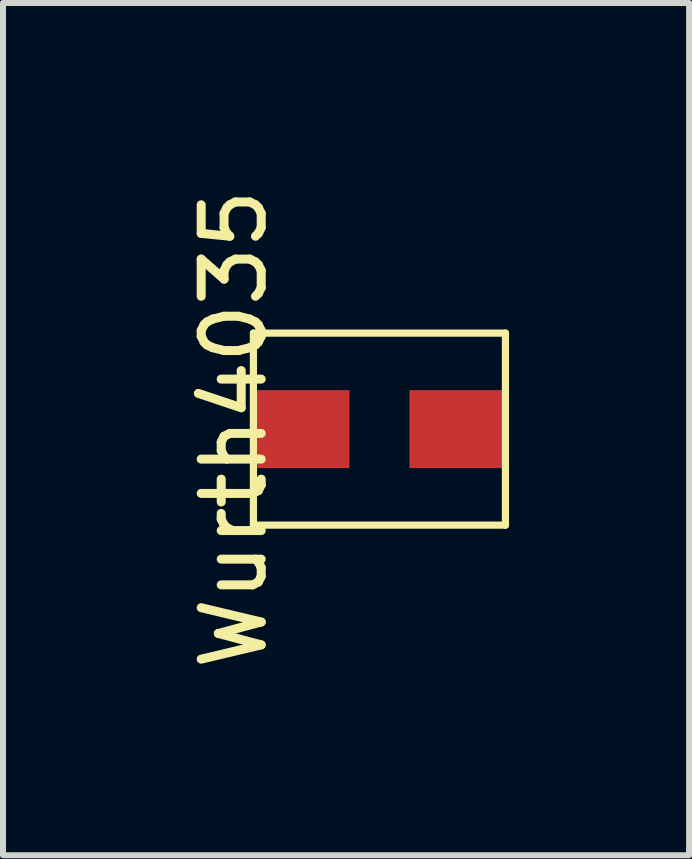
<source format=kicad_pcb>
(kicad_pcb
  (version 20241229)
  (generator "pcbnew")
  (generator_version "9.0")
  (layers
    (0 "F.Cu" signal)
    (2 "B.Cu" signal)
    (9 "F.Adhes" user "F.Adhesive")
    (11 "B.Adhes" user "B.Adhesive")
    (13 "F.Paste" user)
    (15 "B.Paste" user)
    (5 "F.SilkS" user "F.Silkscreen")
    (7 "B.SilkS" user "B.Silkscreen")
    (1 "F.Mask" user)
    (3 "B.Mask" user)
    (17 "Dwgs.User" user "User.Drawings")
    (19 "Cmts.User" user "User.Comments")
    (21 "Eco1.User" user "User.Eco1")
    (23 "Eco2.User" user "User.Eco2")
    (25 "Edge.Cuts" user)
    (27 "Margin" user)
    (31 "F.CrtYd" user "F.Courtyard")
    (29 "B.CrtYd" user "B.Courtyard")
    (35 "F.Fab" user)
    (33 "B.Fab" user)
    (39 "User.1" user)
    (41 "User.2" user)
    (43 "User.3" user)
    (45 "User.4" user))
  (footprint "Wurth4035"
    (layer "F.Cu")
    (at 3.273 4.101)
    (property "Reference" "Wurth4035" (at -2.425 0 90) (layer "F.SilkS") (effects (font (size 1 1) (thickness 0.15))))
    (attr smd)
    (fp_line (start -2.1 -1.6) (end 2.1 -1.6) (stroke (width 0.12) (type solid)) (layer "F.SilkS"))
    (fp_line (start -2.1 1.6) (end -2.1 -1.6) (stroke (width 0.12) (type solid)) (layer "F.SilkS"))
    (fp_line (start 2.1 -1.6) (end 2.1 1.6) (stroke (width 0.12) (type solid)) (layer "F.SilkS"))
    (fp_line (start 2.1 1.6) (end -2.1 1.6) (stroke (width 0.12) (type solid)) (layer "F.SilkS"))
    (pad "1" smd rect (at -1.275 0) (size 1.55 1.3) (layers "F.Cu" "F.Mask" "F.Paste"))
    (pad "2" smd rect (at 1.275 0) (size 1.55 1.3) (layers "F.Cu" "F.Mask" "F.Paste")))
  (gr_rect
    (start -3 -3)
    (end 8.433 11.202)
    (stroke (width 0.1) (type default))
    (fill no)
    (layer "Edge.Cuts")))
</source>
